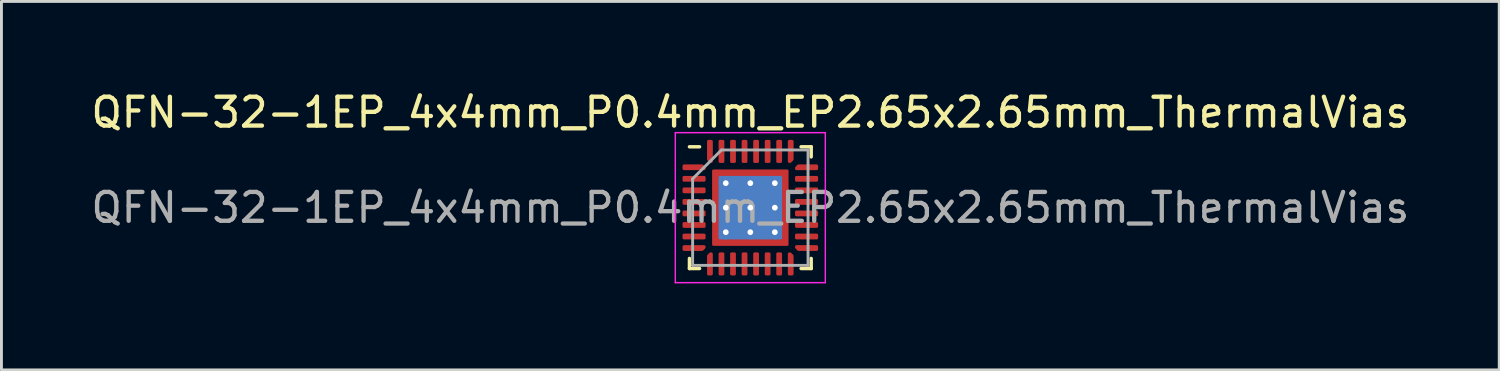
<source format=kicad_pcb>
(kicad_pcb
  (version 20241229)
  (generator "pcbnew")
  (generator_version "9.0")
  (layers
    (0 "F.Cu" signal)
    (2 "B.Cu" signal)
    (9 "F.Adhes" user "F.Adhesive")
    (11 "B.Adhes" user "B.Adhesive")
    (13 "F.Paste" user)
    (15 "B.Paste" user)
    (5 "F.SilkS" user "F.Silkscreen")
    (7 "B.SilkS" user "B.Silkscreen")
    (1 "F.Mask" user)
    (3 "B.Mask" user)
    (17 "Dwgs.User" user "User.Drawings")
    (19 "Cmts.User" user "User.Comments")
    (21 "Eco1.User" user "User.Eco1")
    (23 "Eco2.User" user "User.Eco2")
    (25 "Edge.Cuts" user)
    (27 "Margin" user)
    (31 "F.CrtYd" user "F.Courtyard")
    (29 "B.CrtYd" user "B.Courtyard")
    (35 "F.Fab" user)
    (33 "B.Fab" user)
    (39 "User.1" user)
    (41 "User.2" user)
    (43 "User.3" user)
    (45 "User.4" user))
  (footprint "QFN-32-1EP_4x4mm_P0.4mm_EP2.65x2.65mm_ThermalVias"
    (layer "F.Cu")
    (at 22.958 4.148)
    (property "Reference" "QFN-32-1EP_4x4mm_P0.4mm_EP2.65x2.65mm_ThermalVias" (at 0 -3.3 0) (layer "F.SilkS") (effects (font (size 1 1) (thickness 0.15))))
    (attr smd)
    (fp_line (start -2.11 2.11) (end -2.11 1.76) (stroke (width 0.12) (type solid)) (layer "F.SilkS"))
    (fp_line (start -1.76 -2.11) (end -2.11 -2.11) (stroke (width 0.12) (type solid)) (layer "F.SilkS"))
    (fp_line (start -1.76 2.11) (end -2.11 2.11) (stroke (width 0.12) (type solid)) (layer "F.SilkS"))
    (fp_line (start 1.76 -2.11) (end 2.11 -2.11) (stroke (width 0.12) (type solid)) (layer "F.SilkS"))
    (fp_line (start 1.76 2.11) (end 2.11 2.11) (stroke (width 0.12) (type solid)) (layer "F.SilkS"))
    (fp_line (start 2.11 -2.11) (end 2.11 -1.76) (stroke (width 0.12) (type solid)) (layer "F.SilkS"))
    (fp_line (start 2.11 2.11) (end 2.11 1.76) (stroke (width 0.12) (type solid)) (layer "F.SilkS"))
    (fp_line (start -2.6 -2.6) (end -2.6 2.6) (stroke (width 0.05) (type solid)) (layer "F.CrtYd"))
    (fp_line (start -2.6 2.6) (end 2.6 2.6) (stroke (width 0.05) (type solid)) (layer "F.CrtYd"))
    (fp_line (start 2.6 -2.6) (end -2.6 -2.6) (stroke (width 0.05) (type solid)) (layer "F.CrtYd"))
    (fp_line (start 2.6 2.6) (end 2.6 -2.6) (stroke (width 0.05) (type solid)) (layer "F.CrtYd"))
    (fp_line (start -2 -1) (end -1 -2) (stroke (width 0.1) (type solid)) (layer "F.Fab"))
    (fp_line (start -2 2) (end -2 -1) (stroke (width 0.1) (type solid)) (layer "F.Fab"))
    (fp_line (start -1 -2) (end 2 -2) (stroke (width 0.1) (type solid)) (layer "F.Fab"))
    (fp_line (start 2 -2) (end 2 2) (stroke (width 0.1) (type solid)) (layer "F.Fab"))
    (fp_line (start 2 2) (end -2 2) (stroke (width 0.1) (type solid)) (layer "F.Fab"))
    (fp_text user "${REFERENCE}" (at 0 0 0) (layer "F.Fab") (effects (font (size 1 1) (thickness 0.15))))
    (pad "" smd custom (at -1.087 -1.087) (size 0.248 0.248) (layers "F.Paste") (options (anchor circle)) (primitives (gr_poly (pts (xy -0.191 -0.191) (xy 0.191 -0.191) (xy 0.191 0.001) (xy 0.001 0.191) (xy -0.191 0.191)) (width 0) (fill yes))))
    (pad "" smd custom (at -1.087 -0.425) (size 0.274 0.274) (layers "F.Paste") (options (anchor circle)) (primitives (gr_poly (pts (xy -0.191 -0.343) (xy 0.037 -0.343) (xy 0.191 -0.188) (xy 0.191 0.188) (xy 0.037 0.343) (xy -0.191 0.343)) (width 0) (fill yes))))
    (pad "" smd custom (at -1.087 0.425) (size 0.274 0.274) (layers "F.Paste") (options (anchor circle)) (primitives (gr_poly (pts (xy -0.191 -0.343) (xy 0.037 -0.343) (xy 0.191 -0.188) (xy 0.191 0.188) (xy 0.037 0.343) (xy -0.191 0.343)) (width 0) (fill yes))))
    (pad "" smd custom (at -1.087 1.087) (size 0.248 0.248) (layers "F.Paste") (options (anchor circle)) (primitives (gr_poly (pts (xy -0.191 -0.191) (xy 0.001 -0.191) (xy 0.191 -0.001) (xy 0.191 0.191) (xy -0.191 0.191)) (width 0) (fill yes))))
    (pad "" smd custom (at -0.425 -1.087) (size 0.274 0.274) (layers "F.Paste") (options (anchor circle)) (primitives (gr_poly (pts (xy -0.343 -0.191) (xy 0.343 -0.191) (xy 0.343 0.037) (xy 0.188 0.191) (xy -0.188 0.191) (xy -0.343 0.037)) (width 0) (fill yes))))
    (pad "" smd custom (at -0.425 -0.425) (size 0.602 0.602) (layers "F.Paste") (options (anchor circle)) (primitives (gr_poly (pts (xy -0.343 -0.225) (xy -0.225 -0.343) (xy 0.225 -0.343) (xy 0.343 -0.225) (xy 0.343 0.225) (xy 0.225 0.343) (xy -0.225 0.343) (xy -0.343 0.225)) (width 0) (fill yes))))
    (pad "" smd custom (at -0.425 0.425) (size 0.602 0.602) (layers "F.Paste") (options (anchor circle)) (primitives (gr_poly (pts (xy -0.343 -0.225) (xy -0.225 -0.343) (xy 0.225 -0.343) (xy 0.343 -0.225) (xy 0.343 0.225) (xy 0.225 0.343) (xy -0.225 0.343) (xy -0.343 0.225)) (width 0) (fill yes))))
    (pad "" smd custom (at -0.425 1.087) (size 0.274 0.274) (layers "F.Paste") (options (anchor circle)) (primitives (gr_poly (pts (xy -0.343 -0.037) (xy -0.188 -0.191) (xy 0.188 -0.191) (xy 0.343 -0.037) (xy 0.343 0.191) (xy -0.343 0.191)) (width 0) (fill yes))))
    (pad "" smd custom (at 0.425 -1.087) (size 0.274 0.274) (layers "F.Paste") (options (anchor circle)) (primitives (gr_poly (pts (xy -0.343 -0.191) (xy 0.343 -0.191) (xy 0.343 0.037) (xy 0.188 0.191) (xy -0.188 0.191) (xy -0.343 0.037)) (width 0) (fill yes))))
    (pad "" smd custom (at 0.425 -0.425) (size 0.602 0.602) (layers "F.Paste") (options (anchor circle)) (primitives (gr_poly (pts (xy -0.343 -0.225) (xy -0.225 -0.343) (xy 0.225 -0.343) (xy 0.343 -0.225) (xy 0.343 0.225) (xy 0.225 0.343) (xy -0.225 0.343) (xy -0.343 0.225)) (width 0) (fill yes))))
    (pad "" smd custom (at 0.425 0.425) (size 0.602 0.602) (layers "F.Paste") (options (anchor circle)) (primitives (gr_poly (pts (xy -0.343 -0.225) (xy -0.225 -0.343) (xy 0.225 -0.343) (xy 0.343 -0.225) (xy 0.343 0.225) (xy 0.225 0.343) (xy -0.225 0.343) (xy -0.343 0.225)) (width 0) (fill yes))))
    (pad "" smd custom (at 0.425 1.087) (size 0.274 0.274) (layers "F.Paste") (options (anchor circle)) (primitives (gr_poly (pts (xy -0.343 -0.037) (xy -0.188 -0.191) (xy 0.188 -0.191) (xy 0.343 -0.037) (xy 0.343 0.191) (xy -0.343 0.191)) (width 0) (fill yes))))
    (pad "" smd custom (at 1.087 -1.087) (size 0.248 0.248) (layers "F.Paste") (options (anchor circle)) (primitives (gr_poly (pts (xy -0.191 -0.191) (xy 0.191 -0.191) (xy 0.191 0.191) (xy -0.001 0.191) (xy -0.191 0.001)) (width 0) (fill yes))))
    (pad "" smd custom (at 1.087 -0.425) (size 0.274 0.274) (layers "F.Paste") (options (anchor circle)) (primitives (gr_poly (pts (xy -0.191 -0.188) (xy -0.037 -0.343) (xy 0.191 -0.343) (xy 0.191 0.343) (xy -0.037 0.343) (xy -0.191 0.188)) (width 0) (fill yes))))
    (pad "" smd custom (at 1.087 0.425) (size 0.274 0.274) (layers "F.Paste") (options (anchor circle)) (primitives (gr_poly (pts (xy -0.191 -0.188) (xy -0.037 -0.343) (xy 0.191 -0.343) (xy 0.191 0.343) (xy -0.037 0.343) (xy -0.191 0.188)) (width 0) (fill yes))))
    (pad "" smd custom (at 1.087 1.087) (size 0.248 0.248) (layers "F.Paste") (options (anchor circle)) (primitives (gr_poly (pts (xy -0.191 -0.001) (xy -0.001 -0.191) (xy 0.191 -0.191) (xy 0.191 0.191) (xy -0.191 0.191)) (width 0) (fill yes))))
    (pad "1" smd custom (at -1.95 -1.4) (size 0.129 0.129) (layers "F.Cu" "F.Mask" "F.Paste") (options (anchor circle)) (primitives (gr_poly (pts (xy -0.35 -0.05) (xy 0.279 -0.05) (xy 0.35 0.021) (xy 0.35 0.05) (xy -0.35 0.05)) (width 0.1) (fill yes))))
    (pad "2" smd roundrect (at -1.95 -1) (size 0.8 0.2) (layers "F.Cu" "F.Mask" "F.Paste") (roundrect_rratio 0.25))
    (pad "3" smd roundrect (at -1.95 -0.6) (size 0.8 0.2) (layers "F.Cu" "F.Mask" "F.Paste") (roundrect_rratio 0.25))
    (pad "4" smd roundrect (at -1.95 -0.2) (size 0.8 0.2) (layers "F.Cu" "F.Mask" "F.Paste") (roundrect_rratio 0.25))
    (pad "5" smd roundrect (at -1.95 0.2) (size 0.8 0.2) (layers "F.Cu" "F.Mask" "F.Paste") (roundrect_rratio 0.25))
    (pad "6" smd roundrect (at -1.95 0.6) (size 0.8 0.2) (layers "F.Cu" "F.Mask" "F.Paste") (roundrect_rratio 0.25))
    (pad "7" smd roundrect (at -1.95 1) (size 0.8 0.2) (layers "F.Cu" "F.Mask" "F.Paste") (roundrect_rratio 0.25))
    (pad "8" smd custom (at -1.95 1.4) (size 0.129 0.129) (layers "F.Cu" "F.Mask" "F.Paste") (options (anchor circle)) (primitives (gr_poly (pts (xy -0.35 -0.05) (xy 0.35 -0.05) (xy 0.35 -0.021) (xy 0.279 0.05) (xy -0.35 0.05)) (width 0.1) (fill yes))))
    (pad "9" smd custom (at -1.4 1.95) (size 0.129 0.129) (layers "F.Cu" "F.Mask" "F.Paste") (options (anchor circle)) (primitives (gr_poly (pts (xy -0.05 -0.279) (xy 0.021 -0.35) (xy 0.05 -0.35) (xy 0.05 0.35) (xy -0.05 0.35)) (width 0.1) (fill yes))))
    (pad "10" smd roundrect (at -1 1.95) (size 0.2 0.8) (layers "F.Cu" "F.Mask" "F.Paste") (roundrect_rratio 0.25))
    (pad "11" smd roundrect (at -0.6 1.95) (size 0.2 0.8) (layers "F.Cu" "F.Mask" "F.Paste") (roundrect_rratio 0.25))
    (pad "12" smd roundrect (at -0.2 1.95) (size 0.2 0.8) (layers "F.Cu" "F.Mask" "F.Paste") (roundrect_rratio 0.25))
    (pad "13" smd roundrect (at 0.2 1.95) (size 0.2 0.8) (layers "F.Cu" "F.Mask" "F.Paste") (roundrect_rratio 0.25))
    (pad "14" smd roundrect (at 0.6 1.95) (size 0.2 0.8) (layers "F.Cu" "F.Mask" "F.Paste") (roundrect_rratio 0.25))
    (pad "15" smd roundrect (at 1 1.95) (size 0.2 0.8) (layers "F.Cu" "F.Mask" "F.Paste") (roundrect_rratio 0.25))
    (pad "16" smd custom (at 1.4 1.95) (size 0.129 0.129) (layers "F.Cu" "F.Mask" "F.Paste") (options (anchor circle)) (primitives (gr_poly (pts (xy -0.05 -0.35) (xy -0.021 -0.35) (xy 0.05 -0.279) (xy 0.05 0.35) (xy -0.05 0.35)) (width 0.1) (fill yes))))
    (pad "17" smd custom (at 1.95 1.4) (size 0.129 0.129) (layers "F.Cu" "F.Mask" "F.Paste") (options (anchor circle)) (primitives (gr_poly (pts (xy -0.35 -0.05) (xy 0.35 -0.05) (xy 0.35 0.05) (xy -0.279 0.05) (xy -0.35 -0.021)) (width 0.1) (fill yes))))
    (pad "18" smd roundrect (at 1.95 1) (size 0.8 0.2) (layers "F.Cu" "F.Mask" "F.Paste") (roundrect_rratio 0.25))
    (pad "19" smd roundrect (at 1.95 0.6) (size 0.8 0.2) (layers "F.Cu" "F.Mask" "F.Paste") (roundrect_rratio 0.25))
    (pad "20" smd roundrect (at 1.95 0.2) (size 0.8 0.2) (layers "F.Cu" "F.Mask" "F.Paste") (roundrect_rratio 0.25))
    (pad "21" smd roundrect (at 1.95 -0.2) (size 0.8 0.2) (layers "F.Cu" "F.Mask" "F.Paste") (roundrect_rratio 0.25))
    (pad "22" smd roundrect (at 1.95 -0.6) (size 0.8 0.2) (layers "F.Cu" "F.Mask" "F.Paste") (roundrect_rratio 0.25))
    (pad "23" smd roundrect (at 1.95 -1) (size 0.8 0.2) (layers "F.Cu" "F.Mask" "F.Paste") (roundrect_rratio 0.25))
    (pad "24" smd custom (at 1.95 -1.4) (size 0.129 0.129) (layers "F.Cu" "F.Mask" "F.Paste") (options (anchor circle)) (primitives (gr_poly (pts (xy -0.35 0.021) (xy -0.279 -0.05) (xy 0.35 -0.05) (xy 0.35 0.05) (xy -0.35 0.05)) (width 0.1) (fill yes))))
    (pad "25" smd custom (at 1.4 -1.95) (size 0.129 0.129) (layers "F.Cu" "F.Mask" "F.Paste") (options (anchor circle)) (primitives (gr_poly (pts (xy -0.05 -0.35) (xy 0.05 -0.35) (xy 0.05 0.279) (xy -0.021 0.35) (xy -0.05 0.35)) (width 0.1) (fill yes))))
    (pad "26" smd roundrect (at 1 -1.95) (size 0.2 0.8) (layers "F.Cu" "F.Mask" "F.Paste") (roundrect_rratio 0.25))
    (pad "27" smd roundrect (at 0.6 -1.95) (size 0.2 0.8) (layers "F.Cu" "F.Mask" "F.Paste") (roundrect_rratio 0.25))
    (pad "28" smd roundrect (at 0.2 -1.95) (size 0.2 0.8) (layers "F.Cu" "F.Mask" "F.Paste") (roundrect_rratio 0.25))
    (pad "29" smd roundrect (at -0.2 -1.95) (size 0.2 0.8) (layers "F.Cu" "F.Mask" "F.Paste") (roundrect_rratio 0.25))
    (pad "30" smd roundrect (at -0.6 -1.95) (size 0.2 0.8) (layers "F.Cu" "F.Mask" "F.Paste") (roundrect_rratio 0.25))
    (pad "31" smd roundrect (at -1 -1.95) (size 0.2 0.8) (layers "F.Cu" "F.Mask" "F.Paste") (roundrect_rratio 0.25))
    (pad "32" smd custom (at -1.4 -1.95) (size 0.129 0.129) (layers "F.Cu" "F.Mask" "F.Paste") (options (anchor circle)) (primitives (gr_poly (pts (xy -0.05 -0.35) (xy 0.05 -0.35) (xy 0.05 0.35) (xy 0.021 0.35) (xy -0.05 0.279)) (width 0.1) (fill yes))))
    (pad "33" thru_hole circle (at -0.85 -0.85) (size 0.5 0.5) (drill 0.2) (layers "*.Cu"))
    (pad "33" thru_hole circle (at -0.85 0) (size 0.5 0.5) (drill 0.2) (layers "*.Cu"))
    (pad "33" thru_hole circle (at -0.85 0.85) (size 0.5 0.5) (drill 0.2) (layers "*.Cu"))
    (pad "33" thru_hole circle (at 0 -0.85) (size 0.5 0.5) (drill 0.2) (layers "*.Cu"))
    (pad "33" thru_hole circle (at 0 0) (size 0.5 0.5) (drill 0.2) (layers "*.Cu"))
    (pad "33" smd roundrect (at 0 0) (size 2.2 2.2) (layers "B.Cu") (roundrect_rratio 0.023))
    (pad "33" smd roundrect (at 0 0) (size 2.65 2.65) (layers "F.Cu" "F.Mask") (roundrect_rratio 0.019))
    (pad "33" thru_hole circle (at 0 0.85) (size 0.5 0.5) (drill 0.2) (layers "*.Cu"))
    (pad "33" thru_hole circle (at 0.85 -0.85) (size 0.5 0.5) (drill 0.2) (layers "*.Cu"))
    (pad "33" thru_hole circle (at 0.85 0) (size 0.5 0.5) (drill 0.2) (layers "*.Cu"))
    (pad "33" thru_hole circle (at 0.85 0.85) (size 0.5 0.5) (drill 0.2) (layers "*.Cu")))
  (gr_rect
    (start -3 -3)
    (end 48.917 9.773)
    (stroke (width 0.1) (type default))
    (fill no)
    (layer "Edge.Cuts")))
</source>
